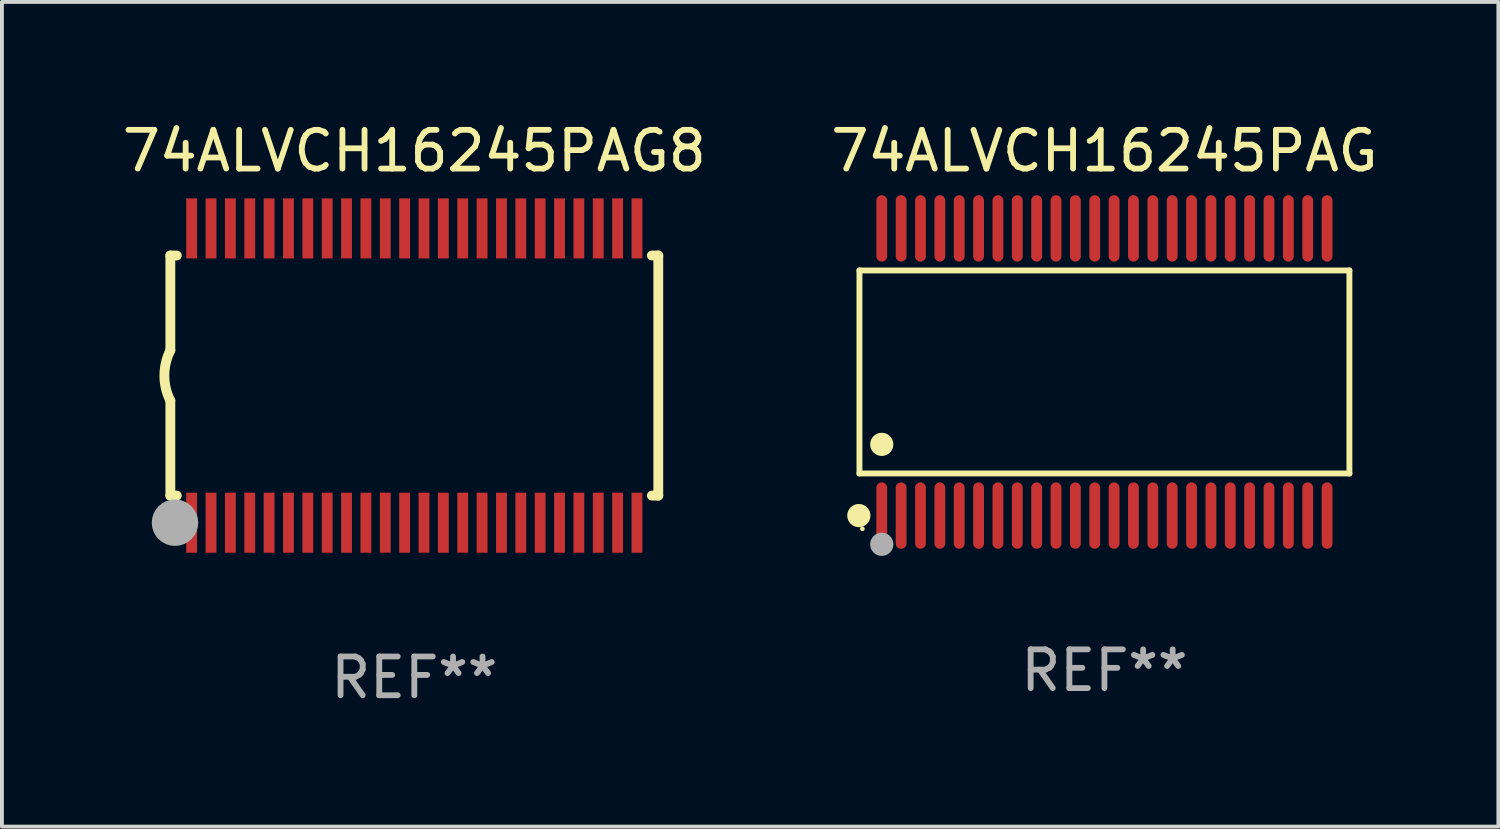
<source format=kicad_pcb>
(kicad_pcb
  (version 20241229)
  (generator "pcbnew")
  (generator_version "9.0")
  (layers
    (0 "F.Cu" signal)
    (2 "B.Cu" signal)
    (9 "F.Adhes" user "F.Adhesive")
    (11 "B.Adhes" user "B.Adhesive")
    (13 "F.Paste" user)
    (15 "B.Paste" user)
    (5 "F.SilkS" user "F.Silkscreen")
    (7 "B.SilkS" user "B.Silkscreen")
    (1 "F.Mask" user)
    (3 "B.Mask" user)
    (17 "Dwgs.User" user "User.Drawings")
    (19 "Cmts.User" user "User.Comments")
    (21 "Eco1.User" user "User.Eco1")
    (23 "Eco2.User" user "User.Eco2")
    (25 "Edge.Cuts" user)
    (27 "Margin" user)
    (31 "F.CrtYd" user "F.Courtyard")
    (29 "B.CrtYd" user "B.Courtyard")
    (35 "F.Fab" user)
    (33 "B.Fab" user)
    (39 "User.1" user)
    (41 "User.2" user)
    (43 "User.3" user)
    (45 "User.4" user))
  (footprint "74ALVCH16245PAG"
    (layer "F.Cu")
    (at 25.47 6.556)
    (property "Reference" "74ALVCH16245PAG" (at 0 -5.708 0) (layer "F.SilkS") (effects (font (size 1 1) (thickness 0.15))))
    (attr through_hole)
    (fp_line (start -6.326 -2.622) (end 6.326 -2.622) (stroke (width 0.152) (type solid)) (layer "F.SilkS"))
    (fp_line (start -6.326 2.621) (end -6.326 -2.622) (stroke (width 0.152) (type solid)) (layer "F.SilkS"))
    (fp_line (start 6.326 -2.622) (end 6.326 2.621) (stroke (width 0.152) (type solid)) (layer "F.SilkS"))
    (fp_line (start 6.326 2.621) (end -6.326 2.621) (stroke (width 0.152) (type solid)) (layer "F.SilkS"))
    (fp_circle (center -6.342 3.708) (end -6.192 3.708) (stroke (width 0.3) (type solid)) (fill no) (layer "F.SilkS"))
    (fp_circle (center -6.25 4.05) (end -6.22 4.05) (stroke (width 0.06) (type solid)) (fill no) (layer "F.SilkS"))
    (fp_circle (center -5.75 1.869) (end -5.6 1.869) (stroke (width 0.3) (type solid)) (fill no) (layer "F.SilkS"))
    (fp_circle (center -5.75 4.45) (end -5.6 4.45) (stroke (width 0.3) (type solid)) (fill no) (layer "F.Fab"))
    (fp_text user "REF**" (at 0 7.708 0) (layer "F.Fab") (effects (font (size 1 1) (thickness 0.15))))
    (pad "1" smd oval (at -5.75 3.708) (size 0.28 1.715) (layers "F.Cu" "F.Mask" "F.Paste"))
    (pad "2" smd oval (at -5.25 3.708) (size 0.28 1.715) (layers "F.Cu" "F.Mask" "F.Paste"))
    (pad "3" smd oval (at -4.75 3.708) (size 0.28 1.715) (layers "F.Cu" "F.Mask" "F.Paste"))
    (pad "4" smd oval (at -4.25 3.708) (size 0.28 1.715) (layers "F.Cu" "F.Mask" "F.Paste"))
    (pad "5" smd oval (at -3.75 3.708) (size 0.28 1.715) (layers "F.Cu" "F.Mask" "F.Paste"))
    (pad "6" smd oval (at -3.25 3.708) (size 0.28 1.715) (layers "F.Cu" "F.Mask" "F.Paste"))
    (pad "7" smd oval (at -2.75 3.708) (size 0.28 1.715) (layers "F.Cu" "F.Mask" "F.Paste"))
    (pad "8" smd oval (at -2.25 3.708) (size 0.28 1.715) (layers "F.Cu" "F.Mask" "F.Paste"))
    (pad "9" smd oval (at -1.75 3.708) (size 0.28 1.715) (layers "F.Cu" "F.Mask" "F.Paste"))
    (pad "10" smd oval (at -1.25 3.708) (size 0.28 1.715) (layers "F.Cu" "F.Mask" "F.Paste"))
    (pad "11" smd oval (at -0.75 3.708) (size 0.28 1.715) (layers "F.Cu" "F.Mask" "F.Paste"))
    (pad "12" smd oval (at -0.25 3.708) (size 0.28 1.715) (layers "F.Cu" "F.Mask" "F.Paste"))
    (pad "13" smd oval (at 0.25 3.708) (size 0.28 1.715) (layers "F.Cu" "F.Mask" "F.Paste"))
    (pad "14" smd oval (at 0.75 3.708) (size 0.28 1.715) (layers "F.Cu" "F.Mask" "F.Paste"))
    (pad "15" smd oval (at 1.25 3.708) (size 0.28 1.715) (layers "F.Cu" "F.Mask" "F.Paste"))
    (pad "16" smd oval (at 1.75 3.708) (size 0.28 1.715) (layers "F.Cu" "F.Mask" "F.Paste"))
    (pad "17" smd oval (at 2.25 3.708) (size 0.28 1.715) (layers "F.Cu" "F.Mask" "F.Paste"))
    (pad "18" smd oval (at 2.75 3.708) (size 0.28 1.715) (layers "F.Cu" "F.Mask" "F.Paste"))
    (pad "19" smd oval (at 3.25 3.708) (size 0.28 1.715) (layers "F.Cu" "F.Mask" "F.Paste"))
    (pad "20" smd oval (at 3.75 3.708) (size 0.28 1.715) (layers "F.Cu" "F.Mask" "F.Paste"))
    (pad "21" smd oval (at 4.25 3.708) (size 0.28 1.715) (layers "F.Cu" "F.Mask" "F.Paste"))
    (pad "22" smd oval (at 4.75 3.708) (size 0.28 1.715) (layers "F.Cu" "F.Mask" "F.Paste"))
    (pad "23" smd oval (at 5.25 3.708) (size 0.28 1.715) (layers "F.Cu" "F.Mask" "F.Paste"))
    (pad "24" smd oval (at 5.75 3.708) (size 0.28 1.715) (layers "F.Cu" "F.Mask" "F.Paste"))
    (pad "25" smd oval (at 5.75 -3.708) (size 0.28 1.715) (layers "F.Cu" "F.Mask" "F.Paste"))
    (pad "26" smd oval (at 5.25 -3.708) (size 0.28 1.715) (layers "F.Cu" "F.Mask" "F.Paste"))
    (pad "27" smd oval (at 4.75 -3.708) (size 0.28 1.715) (layers "F.Cu" "F.Mask" "F.Paste"))
    (pad "28" smd oval (at 4.25 -3.708) (size 0.28 1.715) (layers "F.Cu" "F.Mask" "F.Paste"))
    (pad "29" smd oval (at 3.75 -3.708) (size 0.28 1.715) (layers "F.Cu" "F.Mask" "F.Paste"))
    (pad "30" smd oval (at 3.25 -3.708) (size 0.28 1.715) (layers "F.Cu" "F.Mask" "F.Paste"))
    (pad "31" smd oval (at 2.75 -3.708) (size 0.28 1.715) (layers "F.Cu" "F.Mask" "F.Paste"))
    (pad "32" smd oval (at 2.25 -3.708) (size 0.28 1.715) (layers "F.Cu" "F.Mask" "F.Paste"))
    (pad "33" smd oval (at 1.75 -3.708) (size 0.28 1.715) (layers "F.Cu" "F.Mask" "F.Paste"))
    (pad "34" smd oval (at 1.25 -3.708) (size 0.28 1.715) (layers "F.Cu" "F.Mask" "F.Paste"))
    (pad "35" smd oval (at 0.75 -3.708) (size 0.28 1.715) (layers "F.Cu" "F.Mask" "F.Paste"))
    (pad "36" smd oval (at 0.25 -3.708) (size 0.28 1.715) (layers "F.Cu" "F.Mask" "F.Paste"))
    (pad "37" smd oval (at -0.25 -3.708) (size 0.28 1.715) (layers "F.Cu" "F.Mask" "F.Paste"))
    (pad "38" smd oval (at -0.75 -3.708) (size 0.28 1.715) (layers "F.Cu" "F.Mask" "F.Paste"))
    (pad "39" smd oval (at -1.25 -3.708) (size 0.28 1.715) (layers "F.Cu" "F.Mask" "F.Paste"))
    (pad "40" smd oval (at -1.75 -3.708) (size 0.28 1.715) (layers "F.Cu" "F.Mask" "F.Paste"))
    (pad "41" smd oval (at -2.25 -3.708) (size 0.28 1.715) (layers "F.Cu" "F.Mask" "F.Paste"))
    (pad "42" smd oval (at -2.75 -3.708) (size 0.28 1.715) (layers "F.Cu" "F.Mask" "F.Paste"))
    (pad "43" smd oval (at -3.25 -3.708) (size 0.28 1.715) (layers "F.Cu" "F.Mask" "F.Paste"))
    (pad "44" smd oval (at -3.75 -3.708) (size 0.28 1.715) (layers "F.Cu" "F.Mask" "F.Paste"))
    (pad "45" smd oval (at -4.25 -3.708) (size 0.28 1.715) (layers "F.Cu" "F.Mask" "F.Paste"))
    (pad "46" smd oval (at -4.75 -3.708) (size 0.28 1.715) (layers "F.Cu" "F.Mask" "F.Paste"))
    (pad "47" smd oval (at -5.25 -3.708) (size 0.28 1.715) (layers "F.Cu" "F.Mask" "F.Paste"))
    (pad "48" smd oval (at -5.75 -3.708) (size 0.28 1.715) (layers "F.Cu" "F.Mask" "F.Paste")))
  (footprint "74ALVCH16245PAG8"
    (layer "F.Cu")
    (at 7.649 6.648)
    (property "Reference" "74ALVCH16245PAG8" (at 0 -5.8 0) (layer "F.SilkS") (effects (font (size 1 1) (thickness 0.15))))
    (attr through_hole)
    (fp_line (start -6.3 -3.1) (end -6.3 -0.65) (stroke (width 0.254) (type solid)) (layer "F.SilkS"))
    (fp_line (start -6.3 -3.1) (end -6.134 -3.1) (stroke (width 0.254) (type solid)) (layer "F.SilkS"))
    (fp_line (start -6.3 3.1) (end -6.3 0.65) (stroke (width 0.254) (type solid)) (layer "F.SilkS"))
    (fp_line (start -6.3 3.1) (end -6.134 3.1) (stroke (width 0.254) (type solid)) (layer "F.SilkS"))
    (fp_line (start 6.134 -3.1) (end 6.3 -3.1) (stroke (width 0.254) (type solid)) (layer "F.SilkS"))
    (fp_line (start 6.134 3.1) (end 6.3 3.1) (stroke (width 0.254) (type solid)) (layer "F.SilkS"))
    (fp_line (start 6.3 -3.1) (end 6.3 3.1) (stroke (width 0.254) (type solid)) (layer "F.SilkS"))
    (fp_arc (start -6.301016 0.650114) (mid -6.45413 -0.000082) (end -6.3 -0.650038) (stroke (width 0.254001) (type solid)) (layer "F.SilkS"))
    (fp_circle (center -6.35 3.81) (end -6.223 3.81) (stroke (width 0.254) (type solid)) (fill no) (layer "F.SilkS"))
    (fp_circle (center -6.25 4.05) (end -6.22 4.05) (stroke (width 0.06) (type solid)) (fill no) (layer "F.SilkS"))
    (fp_circle (center -6.18 3.8) (end -5.88 3.8) (stroke (width 0.6) (type solid)) (fill no) (layer "F.Fab"))
    (fp_text user "REF**" (at 0 7.8 0) (layer "F.Fab") (effects (font (size 1 1) (thickness 0.15))))
    (pad "1" smd rect (at -5.75 3.8) (size 0.28 1.55) (layers "F.Cu" "F.Mask" "F.Paste"))
    (pad "2" smd rect (at -5.25 3.8) (size 0.28 1.55) (layers "F.Cu" "F.Mask" "F.Paste"))
    (pad "3" smd rect (at -4.75 3.8) (size 0.28 1.55) (layers "F.Cu" "F.Mask" "F.Paste"))
    (pad "4" smd rect (at -4.25 3.8) (size 0.28 1.55) (layers "F.Cu" "F.Mask" "F.Paste"))
    (pad "5" smd rect (at -3.75 3.8) (size 0.28 1.55) (layers "F.Cu" "F.Mask" "F.Paste"))
    (pad "6" smd rect (at -3.25 3.8) (size 0.28 1.55) (layers "F.Cu" "F.Mask" "F.Paste"))
    (pad "7" smd rect (at -2.75 3.8) (size 0.28 1.55) (layers "F.Cu" "F.Mask" "F.Paste"))
    (pad "8" smd rect (at -2.25 3.8) (size 0.28 1.55) (layers "F.Cu" "F.Mask" "F.Paste"))
    (pad "9" smd rect (at -1.75 3.8) (size 0.28 1.55) (layers "F.Cu" "F.Mask" "F.Paste"))
    (pad "10" smd rect (at -1.25 3.8) (size 0.28 1.55) (layers "F.Cu" "F.Mask" "F.Paste"))
    (pad "11" smd rect (at -0.75 3.8) (size 0.28 1.55) (layers "F.Cu" "F.Mask" "F.Paste"))
    (pad "12" smd rect (at -0.25 3.8) (size 0.28 1.55) (layers "F.Cu" "F.Mask" "F.Paste"))
    (pad "13" smd rect (at 0.25 3.8) (size 0.28 1.55) (layers "F.Cu" "F.Mask" "F.Paste"))
    (pad "14" smd rect (at 0.75 3.8) (size 0.28 1.55) (layers "F.Cu" "F.Mask" "F.Paste"))
    (pad "15" smd rect (at 1.25 3.8) (size 0.28 1.55) (layers "F.Cu" "F.Mask" "F.Paste"))
    (pad "16" smd rect (at 1.75 3.8) (size 0.28 1.55) (layers "F.Cu" "F.Mask" "F.Paste"))
    (pad "17" smd rect (at 2.25 3.8) (size 0.28 1.55) (layers "F.Cu" "F.Mask" "F.Paste"))
    (pad "18" smd rect (at 2.75 3.8) (size 0.28 1.55) (layers "F.Cu" "F.Mask" "F.Paste"))
    (pad "19" smd rect (at 3.25 3.8) (size 0.28 1.55) (layers "F.Cu" "F.Mask" "F.Paste"))
    (pad "20" smd rect (at 3.75 3.8) (size 0.28 1.55) (layers "F.Cu" "F.Mask" "F.Paste"))
    (pad "21" smd rect (at 4.25 3.8) (size 0.28 1.55) (layers "F.Cu" "F.Mask" "F.Paste"))
    (pad "22" smd rect (at 4.75 3.8) (size 0.28 1.55) (layers "F.Cu" "F.Mask" "F.Paste"))
    (pad "23" smd rect (at 5.25 3.8) (size 0.28 1.55) (layers "F.Cu" "F.Mask" "F.Paste"))
    (pad "24" smd rect (at 5.75 3.8) (size 0.28 1.55) (layers "F.Cu" "F.Mask" "F.Paste"))
    (pad "25" smd rect (at 5.75 -3.8) (size 0.28 1.55) (layers "F.Cu" "F.Mask" "F.Paste"))
    (pad "26" smd rect (at 5.25 -3.8) (size 0.28 1.55) (layers "F.Cu" "F.Mask" "F.Paste"))
    (pad "27" smd rect (at 4.75 -3.8) (size 0.28 1.55) (layers "F.Cu" "F.Mask" "F.Paste"))
    (pad "28" smd rect (at 4.25 -3.8) (size 0.28 1.55) (layers "F.Cu" "F.Mask" "F.Paste"))
    (pad "29" smd rect (at 3.75 -3.8) (size 0.28 1.55) (layers "F.Cu" "F.Mask" "F.Paste"))
    (pad "30" smd rect (at 3.25 -3.8) (size 0.28 1.55) (layers "F.Cu" "F.Mask" "F.Paste"))
    (pad "31" smd rect (at 2.75 -3.8) (size 0.28 1.55) (layers "F.Cu" "F.Mask" "F.Paste"))
    (pad "32" smd rect (at 2.25 -3.8) (size 0.28 1.55) (layers "F.Cu" "F.Mask" "F.Paste"))
    (pad "33" smd rect (at 1.75 -3.8) (size 0.28 1.55) (layers "F.Cu" "F.Mask" "F.Paste"))
    (pad "34" smd rect (at 1.25 -3.8) (size 0.28 1.55) (layers "F.Cu" "F.Mask" "F.Paste"))
    (pad "35" smd rect (at 0.75 -3.8) (size 0.28 1.55) (layers "F.Cu" "F.Mask" "F.Paste"))
    (pad "36" smd rect (at 0.25 -3.8) (size 0.28 1.55) (layers "F.Cu" "F.Mask" "F.Paste"))
    (pad "37" smd rect (at -0.25 -3.8) (size 0.28 1.55) (layers "F.Cu" "F.Mask" "F.Paste"))
    (pad "38" smd rect (at -0.75 -3.8) (size 0.28 1.55) (layers "F.Cu" "F.Mask" "F.Paste"))
    (pad "39" smd rect (at -1.25 -3.8) (size 0.28 1.55) (layers "F.Cu" "F.Mask" "F.Paste"))
    (pad "40" smd rect (at -1.75 -3.8) (size 0.28 1.55) (layers "F.Cu" "F.Mask" "F.Paste"))
    (pad "41" smd rect (at -2.25 -3.8) (size 0.28 1.55) (layers "F.Cu" "F.Mask" "F.Paste"))
    (pad "42" smd rect (at -2.75 -3.8) (size 0.28 1.55) (layers "F.Cu" "F.Mask" "F.Paste"))
    (pad "43" smd rect (at -3.25 -3.8) (size 0.28 1.55) (layers "F.Cu" "F.Mask" "F.Paste"))
    (pad "44" smd rect (at -3.75 -3.8) (size 0.28 1.55) (layers "F.Cu" "F.Mask" "F.Paste"))
    (pad "45" smd rect (at -4.25 -3.8) (size 0.28 1.55) (layers "F.Cu" "F.Mask" "F.Paste"))
    (pad "46" smd rect (at -4.75 -3.8) (size 0.28 1.55) (layers "F.Cu" "F.Mask" "F.Paste"))
    (pad "47" smd rect (at -5.25 -3.8) (size 0.28 1.55) (layers "F.Cu" "F.Mask" "F.Paste"))
    (pad "48" smd rect (at -5.75 -3.8) (size 0.28 1.55) (layers "F.Cu" "F.Mask" "F.Paste")))
  (gr_rect
    (start -3 -3)
    (end 35.643 18.296)
    (stroke (width 0.1) (type default))
    (fill no)
    (layer "Edge.Cuts")))
</source>
